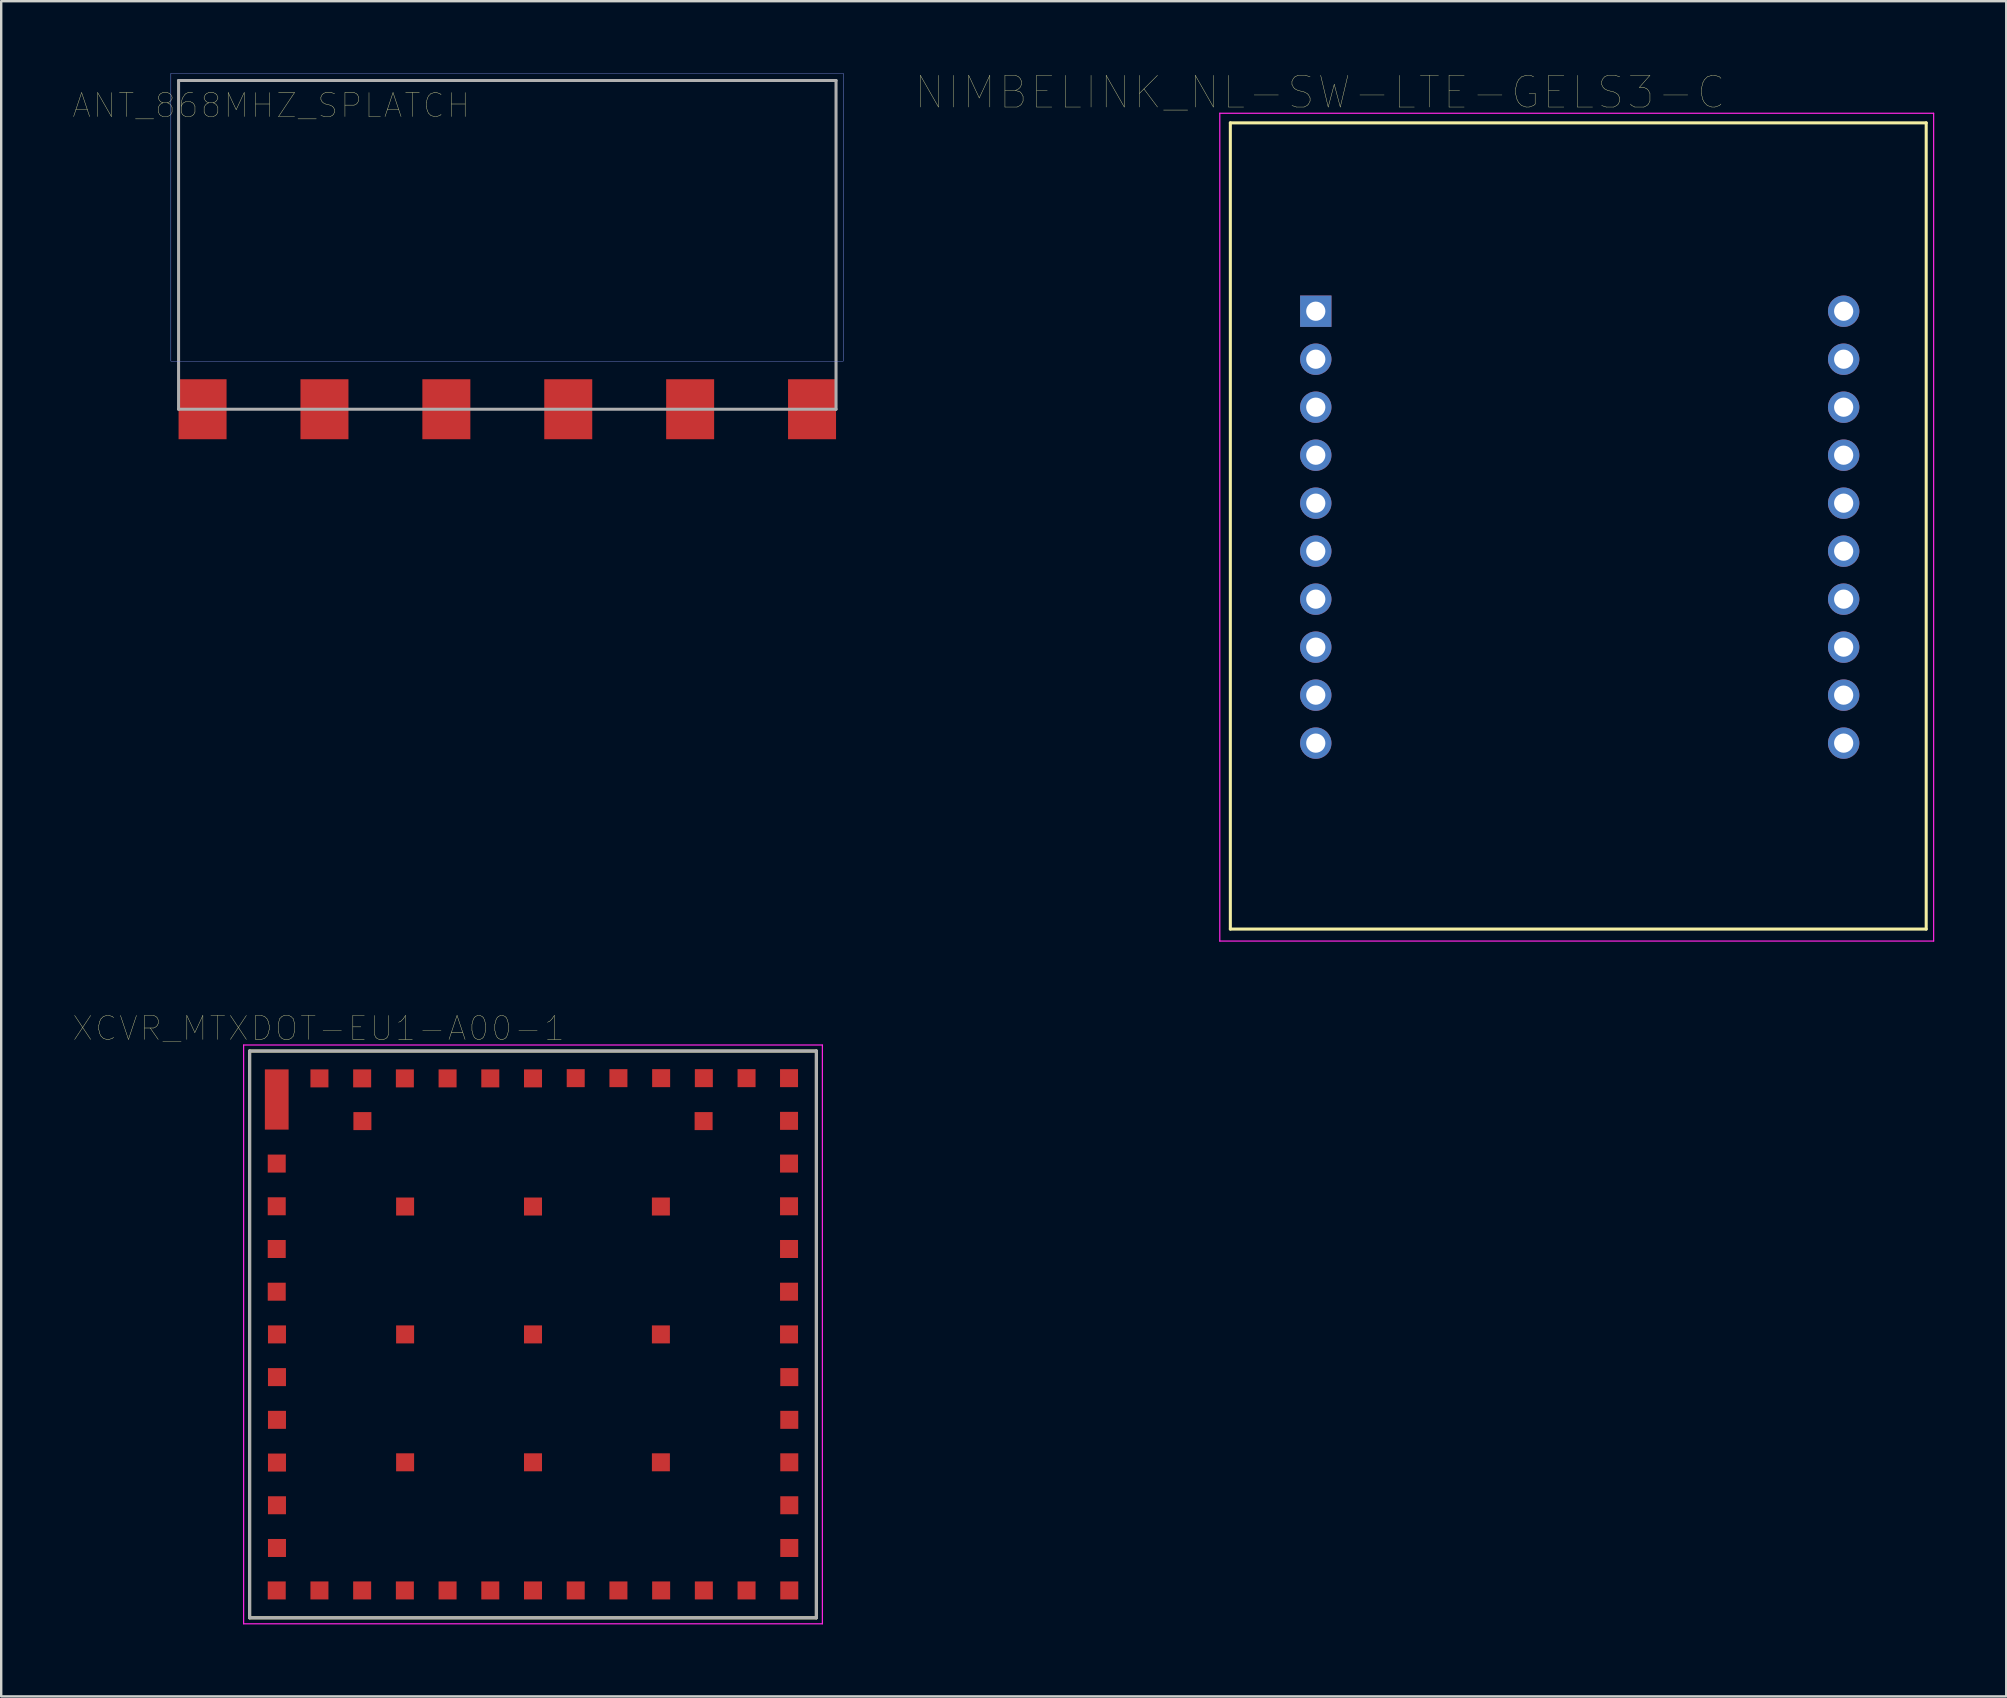
<source format=kicad_pcb>
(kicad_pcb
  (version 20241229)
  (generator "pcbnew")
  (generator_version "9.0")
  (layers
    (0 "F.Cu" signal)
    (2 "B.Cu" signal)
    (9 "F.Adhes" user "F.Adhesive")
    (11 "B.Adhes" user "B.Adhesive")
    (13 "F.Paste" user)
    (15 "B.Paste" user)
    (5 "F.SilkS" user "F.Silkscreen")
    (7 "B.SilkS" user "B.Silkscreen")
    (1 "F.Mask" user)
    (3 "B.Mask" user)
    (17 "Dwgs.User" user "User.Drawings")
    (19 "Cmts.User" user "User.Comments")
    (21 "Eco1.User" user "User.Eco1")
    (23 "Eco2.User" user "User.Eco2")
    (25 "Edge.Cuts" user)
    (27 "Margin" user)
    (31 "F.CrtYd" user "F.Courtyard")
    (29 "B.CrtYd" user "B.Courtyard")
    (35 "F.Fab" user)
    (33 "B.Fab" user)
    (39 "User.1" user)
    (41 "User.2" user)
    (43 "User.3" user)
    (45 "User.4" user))
  (footprint "ANT_868MHZ_SPLATCH"
    (layer "F.Cu")
    (at 18.092 14.005)
    (property "Reference" "ANT_868MHZ_SPLATCH" (at -9.844 -12.659 0) (layer "F.SilkS") (effects (font (size 1.002 1.002) (thickness 0.015))))
    (attr through_hole)
    (fp_poly (pts (xy -14.023 -14) (xy 14 -14) (xy 14 -2.003) (xy -14.023 -2.003)) (stroke (width 0.01) (type solid)) (fill no) (layer "B.CrtYd"))
    (fp_poly (pts (xy -14.018 -14) (xy 14 -14) (xy 14 -2.003) (xy -14.018 -2.003)) (stroke (width 0.01) (type solid)) (fill no) (layer "F.CrtYd"))
    (fp_line (start -13.7 -13.7) (end 13.7 -13.7) (stroke (width 0.127) (type solid)) (layer "F.Fab"))
    (fp_line (start -13.7 0) (end -13.7 -13.7) (stroke (width 0.127) (type solid)) (layer "F.Fab"))
    (fp_line (start 13.7 -13.7) (end 13.7 0) (stroke (width 0.127) (type solid)) (layer "F.Fab"))
    (fp_line (start 13.7 0) (end -13.7 0) (stroke (width 0.127) (type solid)) (layer "F.Fab"))
    (pad "GND1" smd rect (at -7.62 0) (size 2 2.5) (layers "F.Cu" "F.Mask" "F.Paste"))
    (pad "GND2" smd rect (at -2.54 0) (size 2 2.5) (layers "F.Cu" "F.Mask" "F.Paste"))
    (pad "GND3" smd rect (at 2.54 0) (size 2 2.5) (layers "F.Cu" "F.Mask" "F.Paste"))
    (pad "GND4" smd rect (at 7.62 0) (size 2 2.5) (layers "F.Cu" "F.Mask" "F.Paste"))
    (pad "GND5" smd rect (at 12.7 0) (size 2 2.5) (layers "F.Cu" "F.Mask" "F.Paste"))
    (pad "MICROSTRIP" smd rect (at -12.7 0) (size 2 2.5) (layers "F.Cu" "F.Mask" "F.Paste")))
  (footprint "NIMBELINK_NL-SW-LTE-GELS3-C"
    (layer "F.Cu")
    (at 62.785 18.87)
    (property "Reference" "NIMBELINK_NL-SW-LTE-GELS3-C" (at -10.828 -18.07 0) (layer "F.SilkS") (effects (font (size 1.322 1.322) (thickness 0.015))))
    (attr through_hole)
    (fp_line (start -14.56 -16.8) (end -14.56 16.8) (stroke (width 0.127) (type solid)) (layer "F.SilkS"))
    (fp_line (start -14.56 16.8) (end 14.44 16.8) (stroke (width 0.127) (type solid)) (layer "F.SilkS"))
    (fp_line (start 14.44 -16.8) (end -14.56 -16.8) (stroke (width 0.127) (type solid)) (layer "F.SilkS"))
    (fp_line (start 14.44 16.8) (end 14.44 -16.8) (stroke (width 0.127) (type solid)) (layer "F.SilkS"))
    (fp_line (start -15 -17.2) (end -15 17.3) (stroke (width 0.05) (type solid)) (layer "F.CrtYd"))
    (fp_line (start -15 17.3) (end 14.75 17.3) (stroke (width 0.05) (type solid)) (layer "F.CrtYd"))
    (fp_line (start 14.75 -17.2) (end -15 -17.2) (stroke (width 0.05) (type solid)) (layer "F.CrtYd"))
    (fp_line (start 14.75 17.3) (end 14.75 -17.2) (stroke (width 0.05) (type solid)) (layer "F.CrtYd"))
    (pad "1" thru_hole rect (at -11 -8.95) (size 1.308 1.308) (drill 0.8) (layers "*.Cu" "*.Mask"))
    (pad "2" thru_hole circle (at -11 -6.95) (size 1.308 1.308) (drill 0.8) (layers "*.Cu" "*.Mask"))
    (pad "3" thru_hole circle (at -11 -4.95) (size 1.308 1.308) (drill 0.8) (layers "*.Cu" "*.Mask"))
    (pad "4" thru_hole circle (at -11 -2.95) (size 1.308 1.308) (drill 0.8) (layers "*.Cu" "*.Mask"))
    (pad "5" thru_hole circle (at -11 -0.95) (size 1.308 1.308) (drill 0.8) (layers "*.Cu" "*.Mask"))
    (pad "6" thru_hole circle (at -11 1.05) (size 1.308 1.308) (drill 0.8) (layers "*.Cu" "*.Mask"))
    (pad "7" thru_hole circle (at -11 3.05) (size 1.308 1.308) (drill 0.8) (layers "*.Cu" "*.Mask"))
    (pad "8" thru_hole circle (at -11 5.05) (size 1.308 1.308) (drill 0.8) (layers "*.Cu" "*.Mask"))
    (pad "9" thru_hole circle (at -11 7.05) (size 1.308 1.308) (drill 0.8) (layers "*.Cu" "*.Mask"))
    (pad "10" thru_hole circle (at -11 9.05) (size 1.308 1.308) (drill 0.8) (layers "*.Cu" "*.Mask"))
    (pad "11" thru_hole circle (at 11 9.05) (size 1.308 1.308) (drill 0.8) (layers "*.Cu" "*.Mask"))
    (pad "12" thru_hole circle (at 11 7.05) (size 1.308 1.308) (drill 0.8) (layers "*.Cu" "*.Mask"))
    (pad "13" thru_hole circle (at 11 5.05) (size 1.308 1.308) (drill 0.8) (layers "*.Cu" "*.Mask"))
    (pad "14" thru_hole circle (at 11 3.05) (size 1.308 1.308) (drill 0.8) (layers "*.Cu" "*.Mask"))
    (pad "15" thru_hole circle (at 11 1.05) (size 1.308 1.308) (drill 0.8) (layers "*.Cu" "*.Mask"))
    (pad "16" thru_hole circle (at 11 -0.95) (size 1.308 1.308) (drill 0.8) (layers "*.Cu" "*.Mask"))
    (pad "17" thru_hole circle (at 11 -2.95) (size 1.308 1.308) (drill 0.8) (layers "*.Cu" "*.Mask"))
    (pad "18" thru_hole circle (at 11 -4.95) (size 1.308 1.308) (drill 0.8) (layers "*.Cu" "*.Mask"))
    (pad "19" thru_hole circle (at 11 -6.95) (size 1.308 1.308) (drill 0.8) (layers "*.Cu" "*.Mask"))
    (pad "20" thru_hole circle (at 11 -8.95) (size 1.308 1.308) (drill 0.8) (layers "*.Cu" "*.Mask")))
  (footprint "XCVR_MTXDOT-EU1-A00-1"
    (layer "F.Cu")
    (at 19.163 52.562)
    (property "Reference" "XCVR_MTXDOT-EU1-A00-1" (at -8.939 -12.755 0) (layer "F.SilkS") (effects (font (size 1.002 1.002) (thickness 0.015))))
    (attr through_hole)
    (fp_line (start -11.81 -11.81) (end 11.81 -11.81) (stroke (width 0.127) (type solid)) (layer "F.SilkS"))
    (fp_line (start -11.81 11.81) (end -11.81 -11.81) (stroke (width 0.127) (type solid)) (layer "F.SilkS"))
    (fp_line (start 11.81 -11.81) (end 11.81 11.81) (stroke (width 0.127) (type solid)) (layer "F.SilkS"))
    (fp_line (start 11.81 11.81) (end -11.81 11.81) (stroke (width 0.127) (type solid)) (layer "F.SilkS"))
    (fp_line (start -12.06 -12.06) (end 12.06 -12.06) (stroke (width 0.05) (type solid)) (layer "F.CrtYd"))
    (fp_line (start -12.06 12.06) (end -12.06 -12.06) (stroke (width 0.05) (type solid)) (layer "F.CrtYd"))
    (fp_line (start 12.06 -12.06) (end 12.06 12.06) (stroke (width 0.05) (type solid)) (layer "F.CrtYd"))
    (fp_line (start 12.06 12.06) (end -12.06 12.06) (stroke (width 0.05) (type solid)) (layer "F.CrtYd"))
    (fp_line (start -11.81 -11.81) (end 11.81 -11.81) (stroke (width 0.127) (type solid)) (layer "F.Fab"))
    (fp_line (start -11.81 11.81) (end -11.81 -11.81) (stroke (width 0.127) (type solid)) (layer "F.Fab"))
    (fp_line (start 11.81 -11.81) (end 11.81 11.81) (stroke (width 0.127) (type solid)) (layer "F.Fab"))
    (fp_line (start 11.81 11.81) (end -11.81 11.81) (stroke (width 0.127) (type solid)) (layer "F.Fab"))
    (pad "1" smd rect (at -10.68 -9.79) (size 0.99 2.51) (layers "F.Cu" "F.Mask" "F.Paste"))
    (pad "2" smd rect (at -10.68 -7.12) (size 0.75 0.75) (layers "F.Cu" "F.Mask" "F.Paste"))
    (pad "3" smd rect (at -10.68 -5.34) (size 0.75 0.75) (layers "F.Cu" "F.Mask" "F.Paste"))
    (pad "4" smd rect (at -10.68 -3.56) (size 0.75 0.75) (layers "F.Cu" "F.Mask" "F.Paste"))
    (pad "5" smd rect (at -10.68 -1.78) (size 0.75 0.75) (layers "F.Cu" "F.Mask" "F.Paste"))
    (pad "6" smd rect (at -10.67 0) (size 0.75 0.75) (layers "F.Cu" "F.Mask" "F.Paste"))
    (pad "7" smd rect (at -10.67 1.78) (size 0.75 0.75) (layers "F.Cu" "F.Mask" "F.Paste"))
    (pad "8" smd rect (at -10.67 3.56) (size 0.75 0.75) (layers "F.Cu" "F.Mask" "F.Paste"))
    (pad "9" smd rect (at -10.67 5.34) (size 0.75 0.75) (layers "F.Cu" "F.Mask" "F.Paste"))
    (pad "10" smd rect (at -10.67 7.12) (size 0.75 0.75) (layers "F.Cu" "F.Mask" "F.Paste"))
    (pad "11" smd rect (at -10.67 8.9) (size 0.75 0.75) (layers "F.Cu" "F.Mask" "F.Paste"))
    (pad "12" smd rect (at -10.68 10.67) (size 0.75 0.75) (layers "F.Cu" "F.Mask" "F.Paste"))
    (pad "13" smd rect (at -8.9 10.67) (size 0.75 0.75) (layers "F.Cu" "F.Mask" "F.Paste"))
    (pad "14" smd rect (at -7.12 10.67) (size 0.75 0.75) (layers "F.Cu" "F.Mask" "F.Paste"))
    (pad "15" smd rect (at -5.34 10.67) (size 0.75 0.75) (layers "F.Cu" "F.Mask" "F.Paste"))
    (pad "16" smd rect (at -3.56 10.67) (size 0.75 0.75) (layers "F.Cu" "F.Mask" "F.Paste"))
    (pad "17" smd rect (at -1.78 10.67) (size 0.75 0.75) (layers "F.Cu" "F.Mask" "F.Paste"))
    (pad "18" smd rect (at 0 10.67) (size 0.75 0.75) (layers "F.Cu" "F.Mask" "F.Paste"))
    (pad "19" smd rect (at 1.78 10.67) (size 0.75 0.75) (layers "F.Cu" "F.Mask" "F.Paste"))
    (pad "20" smd rect (at 3.56 10.67) (size 0.75 0.75) (layers "F.Cu" "F.Mask" "F.Paste"))
    (pad "21" smd rect (at 5.34 10.67) (size 0.75 0.75) (layers "F.Cu" "F.Mask" "F.Paste"))
    (pad "22" smd rect (at 7.12 10.67) (size 0.75 0.75) (layers "F.Cu" "F.Mask" "F.Paste"))
    (pad "23" smd rect (at 8.9 10.67) (size 0.75 0.75) (layers "F.Cu" "F.Mask" "F.Paste"))
    (pad "24" smd rect (at 10.68 10.67) (size 0.75 0.75) (layers "F.Cu" "F.Mask" "F.Paste"))
    (pad "25" smd rect (at 10.68 8.9) (size 0.75 0.75) (layers "F.Cu" "F.Mask" "F.Paste"))
    (pad "26" smd rect (at 10.68 7.12) (size 0.75 0.75) (layers "F.Cu" "F.Mask" "F.Paste"))
    (pad "27" smd rect (at 10.68 5.33) (size 0.75 0.75) (layers "F.Cu" "F.Mask" "F.Paste"))
    (pad "28" smd rect (at 10.68 3.56) (size 0.75 0.75) (layers "F.Cu" "F.Mask" "F.Paste"))
    (pad "29" smd rect (at 10.68 1.78) (size 0.75 0.75) (layers "F.Cu" "F.Mask" "F.Paste"))
    (pad "30" smd rect (at 10.67 0) (size 0.75 0.75) (layers "F.Cu" "F.Mask" "F.Paste"))
    (pad "31" smd rect (at 10.67 -1.78) (size 0.75 0.75) (layers "F.Cu" "F.Mask" "F.Paste"))
    (pad "32" smd rect (at 10.67 -3.56) (size 0.75 0.75) (layers "F.Cu" "F.Mask" "F.Paste"))
    (pad "33" smd rect (at 10.67 -5.34) (size 0.75 0.75) (layers "F.Cu" "F.Mask" "F.Paste"))
    (pad "34" smd rect (at 10.67 -7.12) (size 0.75 0.75) (layers "F.Cu" "F.Mask" "F.Paste"))
    (pad "35" smd rect (at 10.67 -8.9) (size 0.75 0.75) (layers "F.Cu" "F.Mask" "F.Paste"))
    (pad "36" smd rect (at 10.67 -10.68) (size 0.75 0.75) (layers "F.Cu" "F.Mask" "F.Paste"))
    (pad "37" smd rect (at 8.9 -10.68) (size 0.75 0.75) (layers "F.Cu" "F.Mask" "F.Paste"))
    (pad "38" smd rect (at 7.12 -10.68) (size 0.75 0.75) (layers "F.Cu" "F.Mask" "F.Paste"))
    (pad "39" smd rect (at 5.34 -10.68) (size 0.75 0.75) (layers "F.Cu" "F.Mask" "F.Paste"))
    (pad "40" smd rect (at 3.56 -10.68) (size 0.75 0.75) (layers "F.Cu" "F.Mask" "F.Paste"))
    (pad "41" smd rect (at 1.78 -10.68) (size 0.75 0.75) (layers "F.Cu" "F.Mask" "F.Paste"))
    (pad "42" smd rect (at 0 -10.67) (size 0.75 0.75) (layers "F.Cu" "F.Mask" "F.Paste"))
    (pad "43" smd rect (at -1.78 -10.67) (size 0.75 0.75) (layers "F.Cu" "F.Mask" "F.Paste"))
    (pad "44" smd rect (at -3.56 -10.67) (size 0.75 0.75) (layers "F.Cu" "F.Mask" "F.Paste"))
    (pad "45" smd rect (at -5.34 -10.67) (size 0.75 0.75) (layers "F.Cu" "F.Mask" "F.Paste"))
    (pad "46" smd rect (at -7.12 -10.67) (size 0.75 0.75) (layers "F.Cu" "F.Mask" "F.Paste"))
    (pad "47" smd rect (at -8.9 -10.67) (size 0.75 0.75) (layers "F.Cu" "F.Mask" "F.Paste"))
    (pad "48" smd rect (at 7.11 -8.89) (size 0.75 0.75) (layers "F.Cu" "F.Mask" "F.Paste"))
    (pad "49" smd rect (at -7.11 -8.89) (size 0.75 0.75) (layers "F.Cu" "F.Mask" "F.Paste"))
    (pad "50" smd rect (at -5.33 -5.33) (size 0.75 0.75) (layers "F.Cu" "F.Mask" "F.Paste"))
    (pad "51" smd rect (at 0 -5.33) (size 0.75 0.75) (layers "F.Cu" "F.Mask" "F.Paste"))
    (pad "52" smd rect (at 5.33 -5.33) (size 0.75 0.75) (layers "F.Cu" "F.Mask" "F.Paste"))
    (pad "53" smd rect (at -5.33 0) (size 0.75 0.75) (layers "F.Cu" "F.Mask" "F.Paste"))
    (pad "54" smd rect (at 0 0) (size 0.75 0.75) (layers "F.Cu" "F.Mask" "F.Paste"))
    (pad "55" smd rect (at 5.33 0) (size 0.75 0.75) (layers "F.Cu" "F.Mask" "F.Paste"))
    (pad "56" smd rect (at -5.33 5.33) (size 0.75 0.75) (layers "F.Cu" "F.Mask" "F.Paste"))
    (pad "57" smd rect (at 0 5.33) (size 0.75 0.75) (layers "F.Cu" "F.Mask" "F.Paste"))
    (pad "58" smd rect (at 5.33 5.33) (size 0.75 0.75) (layers "F.Cu" "F.Mask" "F.Paste")))
  (gr_rect
    (start -3 -3)
    (end 80.56 67.647)
    (stroke (width 0.1) (type default))
    (fill no)
    (layer "Edge.Cuts")))
</source>
